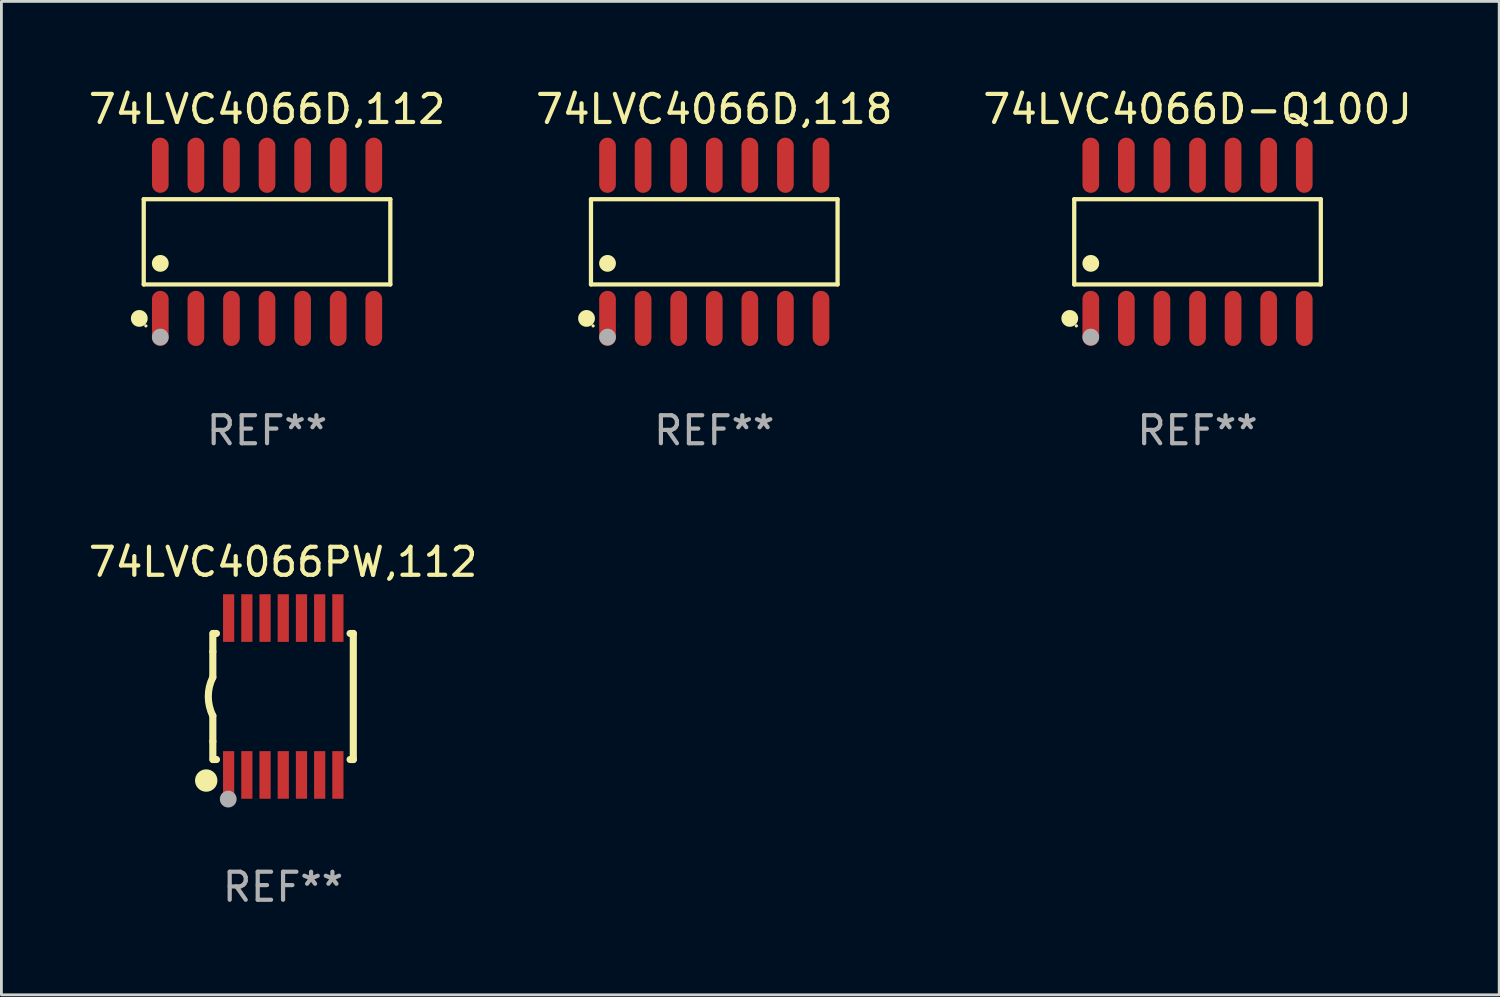
<source format=kicad_pcb>
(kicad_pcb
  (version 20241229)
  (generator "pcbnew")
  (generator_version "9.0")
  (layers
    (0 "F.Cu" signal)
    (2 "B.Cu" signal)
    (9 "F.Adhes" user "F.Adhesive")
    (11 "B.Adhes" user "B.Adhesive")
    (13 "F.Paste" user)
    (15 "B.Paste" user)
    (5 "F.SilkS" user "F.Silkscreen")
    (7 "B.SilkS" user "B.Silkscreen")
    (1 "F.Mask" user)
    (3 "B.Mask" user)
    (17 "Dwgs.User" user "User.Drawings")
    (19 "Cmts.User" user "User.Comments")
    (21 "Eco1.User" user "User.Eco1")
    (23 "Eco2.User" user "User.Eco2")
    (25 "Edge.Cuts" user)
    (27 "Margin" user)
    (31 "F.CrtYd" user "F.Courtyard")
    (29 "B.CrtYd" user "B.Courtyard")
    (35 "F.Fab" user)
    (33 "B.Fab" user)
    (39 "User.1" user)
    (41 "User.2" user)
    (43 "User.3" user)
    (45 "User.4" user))
  (footprint "74LVC4066PW,112"
    (layer "F.Cu")
    (at 7.054 21.812)
    (property "Reference" "74LVC4066PW,112" (at 0 -4.8 0) (layer "F.SilkS") (effects (font (size 1 1) (thickness 0.15))))
    (attr through_hole)
    (fp_line (start -2.507 -1.6) (end -2.507 -2.25) (stroke (width 0.254) (type solid)) (layer "F.SilkS"))
    (fp_line (start -2.507 -0.686) (end -2.507 -1.6) (stroke (width 0.254) (type solid)) (layer "F.SilkS"))
    (fp_line (start -2.507 1.6) (end -2.507 0.686) (stroke (width 0.254) (type solid)) (layer "F.SilkS"))
    (fp_line (start -2.507 1.6) (end -2.507 2.25) (stroke (width 0.254) (type solid)) (layer "F.SilkS"))
    (fp_line (start -2.493 -2.25) (end -2.377 -2.25) (stroke (width 0.254) (type solid)) (layer "F.SilkS"))
    (fp_line (start -2.377 2.25) (end -2.493 2.25) (stroke (width 0.254) (type solid)) (layer "F.SilkS"))
    (fp_line (start 2.392 -2.25) (end 2.507 -2.25) (stroke (width 0.254) (type solid)) (layer "F.SilkS"))
    (fp_line (start 2.507 -2.25) (end 2.507 2.25) (stroke (width 0.254) (type solid)) (layer "F.SilkS"))
    (fp_line (start 2.507 2.25) (end 2.392 2.25) (stroke (width 0.254) (type solid)) (layer "F.SilkS"))
    (fp_arc (start -2.507303 0.685802) (mid -2.669199 0) (end -2.507303 -0.685801) (stroke (width 0.254001) (type solid)) (layer "F.SilkS"))
    (fp_circle (center -2.743 3) (end -2.543 3) (stroke (width 0.4) (type solid)) (fill no) (layer "F.SilkS"))
    (fp_circle (center -2.493 3.2) (end -2.463 3.2) (stroke (width 0.06) (type solid)) (fill no) (layer "F.SilkS"))
    (fp_circle (center -1.957 3.662) (end -1.807 3.662) (stroke (width 0.3) (type solid)) (fill no) (layer "F.Fab"))
    (fp_text user "REF**" (at 0 6.8 0) (layer "F.Fab") (effects (font (size 1 1) (thickness 0.15))))
    (pad "1" smd rect (at -1.943 2.8) (size 0.4 1.7) (layers "F.Cu" "F.Mask" "F.Paste"))
    (pad "2" smd rect (at -1.293 2.8) (size 0.4 1.7) (layers "F.Cu" "F.Mask" "F.Paste"))
    (pad "3" smd rect (at -0.643 2.8) (size 0.4 1.7) (layers "F.Cu" "F.Mask" "F.Paste"))
    (pad "4" smd rect (at 0.007 2.8) (size 0.4 1.7) (layers "F.Cu" "F.Mask" "F.Paste"))
    (pad "5" smd rect (at 0.657 2.8) (size 0.4 1.7) (layers "F.Cu" "F.Mask" "F.Paste"))
    (pad "6" smd rect (at 1.307 2.8) (size 0.4 1.7) (layers "F.Cu" "F.Mask" "F.Paste"))
    (pad "7" smd rect (at 1.957 2.8) (size 0.4 1.7) (layers "F.Cu" "F.Mask" "F.Paste"))
    (pad "8" smd rect (at 1.957 -2.8) (size 0.4 1.7) (layers "F.Cu" "F.Mask" "F.Paste"))
    (pad "9" smd rect (at 1.307 -2.8) (size 0.4 1.7) (layers "F.Cu" "F.Mask" "F.Paste"))
    (pad "10" smd rect (at 0.657 -2.8) (size 0.4 1.7) (layers "F.Cu" "F.Mask" "F.Paste"))
    (pad "11" smd rect (at 0.007 -2.8) (size 0.4 1.7) (layers "F.Cu" "F.Mask" "F.Paste"))
    (pad "12" smd rect (at -0.643 -2.8) (size 0.4 1.7) (layers "F.Cu" "F.Mask" "F.Paste"))
    (pad "13" smd rect (at -1.293 -2.8) (size 0.4 1.7) (layers "F.Cu" "F.Mask" "F.Paste"))
    (pad "14" smd rect (at -1.943 -2.8) (size 0.4 1.7) (layers "F.Cu" "F.Mask" "F.Paste")))
  (footprint "74LVC4066D,112"
    (layer "F.Cu")
    (at 6.482 5.582)
    (property "Reference" "74LVC4066D,112" (at 0 -4.734 0) (layer "F.SilkS") (effects (font (size 1 1) (thickness 0.15))))
    (attr through_hole)
    (fp_line (start -4.401 -1.521) (end 4.401 -1.521) (stroke (width 0.152) (type solid)) (layer "F.SilkS"))
    (fp_line (start -4.401 1.521) (end -4.401 -1.521) (stroke (width 0.152) (type solid)) (layer "F.SilkS"))
    (fp_line (start 4.401 -1.521) (end 4.401 1.521) (stroke (width 0.152) (type solid)) (layer "F.SilkS"))
    (fp_line (start 4.401 1.521) (end -4.401 1.521) (stroke (width 0.152) (type solid)) (layer "F.SilkS"))
    (fp_circle (center -4.56 2.734) (end -4.41 2.734) (stroke (width 0.3) (type solid)) (fill no) (layer "F.SilkS"))
    (fp_circle (center -4.325 3) (end -4.295 3) (stroke (width 0.06) (type solid)) (fill no) (layer "F.SilkS"))
    (fp_circle (center -3.81 0.769) (end -3.66 0.769) (stroke (width 0.3) (type solid)) (fill no) (layer "F.SilkS"))
    (fp_circle (center -3.81 3.4) (end -3.66 3.4) (stroke (width 0.3) (type solid)) (fill no) (layer "F.Fab"))
    (fp_text user "REF**" (at 0 6.734 0) (layer "F.Fab") (effects (font (size 1 1) (thickness 0.15))))
    (pad "1" smd oval (at -3.81 2.734) (size 0.595 1.968) (layers "F.Cu" "F.Mask" "F.Paste"))
    (pad "2" smd oval (at -2.54 2.734) (size 0.595 1.968) (layers "F.Cu" "F.Mask" "F.Paste"))
    (pad "3" smd oval (at -1.27 2.734) (size 0.595 1.968) (layers "F.Cu" "F.Mask" "F.Paste"))
    (pad "4" smd oval (at 0 2.734) (size 0.595 1.968) (layers "F.Cu" "F.Mask" "F.Paste"))
    (pad "5" smd oval (at 1.27 2.734) (size 0.595 1.968) (layers "F.Cu" "F.Mask" "F.Paste"))
    (pad "6" smd oval (at 2.54 2.734) (size 0.595 1.968) (layers "F.Cu" "F.Mask" "F.Paste"))
    (pad "7" smd oval (at 3.81 2.734) (size 0.595 1.968) (layers "F.Cu" "F.Mask" "F.Paste"))
    (pad "8" smd oval (at 3.81 -2.734) (size 0.595 1.968) (layers "F.Cu" "F.Mask" "F.Paste"))
    (pad "9" smd oval (at 2.54 -2.734) (size 0.595 1.968) (layers "F.Cu" "F.Mask" "F.Paste"))
    (pad "10" smd oval (at 1.27 -2.734) (size 0.595 1.968) (layers "F.Cu" "F.Mask" "F.Paste"))
    (pad "11" smd oval (at 0 -2.734) (size 0.595 1.968) (layers "F.Cu" "F.Mask" "F.Paste"))
    (pad "12" smd oval (at -1.27 -2.734) (size 0.595 1.968) (layers "F.Cu" "F.Mask" "F.Paste"))
    (pad "13" smd oval (at -2.54 -2.734) (size 0.595 1.968) (layers "F.Cu" "F.Mask" "F.Paste"))
    (pad "14" smd oval (at -3.81 -2.734) (size 0.595 1.968) (layers "F.Cu" "F.Mask" "F.Paste")))
  (footprint "74LVC4066D-Q100J"
    (layer "F.Cu")
    (at 39.696 5.582)
    (property "Reference" "74LVC4066D-Q100J" (at 0 -4.734 0) (layer "F.SilkS") (effects (font (size 1 1) (thickness 0.15))))
    (attr through_hole)
    (fp_line (start -4.401 -1.521) (end 4.401 -1.521) (stroke (width 0.152) (type solid)) (layer "F.SilkS"))
    (fp_line (start -4.401 1.521) (end -4.401 -1.521) (stroke (width 0.152) (type solid)) (layer "F.SilkS"))
    (fp_line (start 4.401 -1.521) (end 4.401 1.521) (stroke (width 0.152) (type solid)) (layer "F.SilkS"))
    (fp_line (start 4.401 1.521) (end -4.401 1.521) (stroke (width 0.152) (type solid)) (layer "F.SilkS"))
    (fp_circle (center -4.56 2.734) (end -4.41 2.734) (stroke (width 0.3) (type solid)) (fill no) (layer "F.SilkS"))
    (fp_circle (center -4.325 3) (end -4.295 3) (stroke (width 0.06) (type solid)) (fill no) (layer "F.SilkS"))
    (fp_circle (center -3.81 0.769) (end -3.66 0.769) (stroke (width 0.3) (type solid)) (fill no) (layer "F.SilkS"))
    (fp_circle (center -3.81 3.4) (end -3.66 3.4) (stroke (width 0.3) (type solid)) (fill no) (layer "F.Fab"))
    (fp_text user "REF**" (at 0 6.734 0) (layer "F.Fab") (effects (font (size 1 1) (thickness 0.15))))
    (pad "1" smd oval (at -3.81 2.734) (size 0.595 1.968) (layers "F.Cu" "F.Mask" "F.Paste"))
    (pad "2" smd oval (at -2.54 2.734) (size 0.595 1.968) (layers "F.Cu" "F.Mask" "F.Paste"))
    (pad "3" smd oval (at -1.27 2.734) (size 0.595 1.968) (layers "F.Cu" "F.Mask" "F.Paste"))
    (pad "4" smd oval (at 0 2.734) (size 0.595 1.968) (layers "F.Cu" "F.Mask" "F.Paste"))
    (pad "5" smd oval (at 1.27 2.734) (size 0.595 1.968) (layers "F.Cu" "F.Mask" "F.Paste"))
    (pad "6" smd oval (at 2.54 2.734) (size 0.595 1.968) (layers "F.Cu" "F.Mask" "F.Paste"))
    (pad "7" smd oval (at 3.81 2.734) (size 0.595 1.968) (layers "F.Cu" "F.Mask" "F.Paste"))
    (pad "8" smd oval (at 3.81 -2.734) (size 0.595 1.968) (layers "F.Cu" "F.Mask" "F.Paste"))
    (pad "9" smd oval (at 2.54 -2.734) (size 0.595 1.968) (layers "F.Cu" "F.Mask" "F.Paste"))
    (pad "10" smd oval (at 1.27 -2.734) (size 0.595 1.968) (layers "F.Cu" "F.Mask" "F.Paste"))
    (pad "11" smd oval (at 0 -2.734) (size 0.595 1.968) (layers "F.Cu" "F.Mask" "F.Paste"))
    (pad "12" smd oval (at -1.27 -2.734) (size 0.595 1.968) (layers "F.Cu" "F.Mask" "F.Paste"))
    (pad "13" smd oval (at -2.54 -2.734) (size 0.595 1.968) (layers "F.Cu" "F.Mask" "F.Paste"))
    (pad "14" smd oval (at -3.81 -2.734) (size 0.595 1.968) (layers "F.Cu" "F.Mask" "F.Paste")))
  (footprint "74LVC4066D,118"
    (layer "F.Cu")
    (at 22.446 5.582)
    (property "Reference" "74LVC4066D,118" (at 0 -4.734 0) (layer "F.SilkS") (effects (font (size 1 1) (thickness 0.15))))
    (attr through_hole)
    (fp_line (start -4.401 -1.521) (end 4.401 -1.521) (stroke (width 0.152) (type solid)) (layer "F.SilkS"))
    (fp_line (start -4.401 1.521) (end -4.401 -1.521) (stroke (width 0.152) (type solid)) (layer "F.SilkS"))
    (fp_line (start 4.401 -1.521) (end 4.401 1.521) (stroke (width 0.152) (type solid)) (layer "F.SilkS"))
    (fp_line (start 4.401 1.521) (end -4.401 1.521) (stroke (width 0.152) (type solid)) (layer "F.SilkS"))
    (fp_circle (center -4.56 2.734) (end -4.41 2.734) (stroke (width 0.3) (type solid)) (fill no) (layer "F.SilkS"))
    (fp_circle (center -4.325 3) (end -4.295 3) (stroke (width 0.06) (type solid)) (fill no) (layer "F.SilkS"))
    (fp_circle (center -3.81 0.769) (end -3.66 0.769) (stroke (width 0.3) (type solid)) (fill no) (layer "F.SilkS"))
    (fp_circle (center -3.81 3.4) (end -3.66 3.4) (stroke (width 0.3) (type solid)) (fill no) (layer "F.Fab"))
    (fp_text user "REF**" (at 0 6.734 0) (layer "F.Fab") (effects (font (size 1 1) (thickness 0.15))))
    (pad "1" smd oval (at -3.81 2.734) (size 0.595 1.968) (layers "F.Cu" "F.Mask" "F.Paste"))
    (pad "2" smd oval (at -2.54 2.734) (size 0.595 1.968) (layers "F.Cu" "F.Mask" "F.Paste"))
    (pad "3" smd oval (at -1.27 2.734) (size 0.595 1.968) (layers "F.Cu" "F.Mask" "F.Paste"))
    (pad "4" smd oval (at 0 2.734) (size 0.595 1.968) (layers "F.Cu" "F.Mask" "F.Paste"))
    (pad "5" smd oval (at 1.27 2.734) (size 0.595 1.968) (layers "F.Cu" "F.Mask" "F.Paste"))
    (pad "6" smd oval (at 2.54 2.734) (size 0.595 1.968) (layers "F.Cu" "F.Mask" "F.Paste"))
    (pad "7" smd oval (at 3.81 2.734) (size 0.595 1.968) (layers "F.Cu" "F.Mask" "F.Paste"))
    (pad "8" smd oval (at 3.81 -2.734) (size 0.595 1.968) (layers "F.Cu" "F.Mask" "F.Paste"))
    (pad "9" smd oval (at 2.54 -2.734) (size 0.595 1.968) (layers "F.Cu" "F.Mask" "F.Paste"))
    (pad "10" smd oval (at 1.27 -2.734) (size 0.595 1.968) (layers "F.Cu" "F.Mask" "F.Paste"))
    (pad "11" smd oval (at 0 -2.734) (size 0.595 1.968) (layers "F.Cu" "F.Mask" "F.Paste"))
    (pad "12" smd oval (at -1.27 -2.734) (size 0.595 1.968) (layers "F.Cu" "F.Mask" "F.Paste"))
    (pad "13" smd oval (at -2.54 -2.734) (size 0.595 1.968) (layers "F.Cu" "F.Mask" "F.Paste"))
    (pad "14" smd oval (at -3.81 -2.734) (size 0.595 1.968) (layers "F.Cu" "F.Mask" "F.Paste")))
  (gr_rect
    (start -3 -3)
    (end 50.464 32.461)
    (stroke (width 0.1) (type default))
    (fill no)
    (layer "Edge.Cuts")))
</source>
